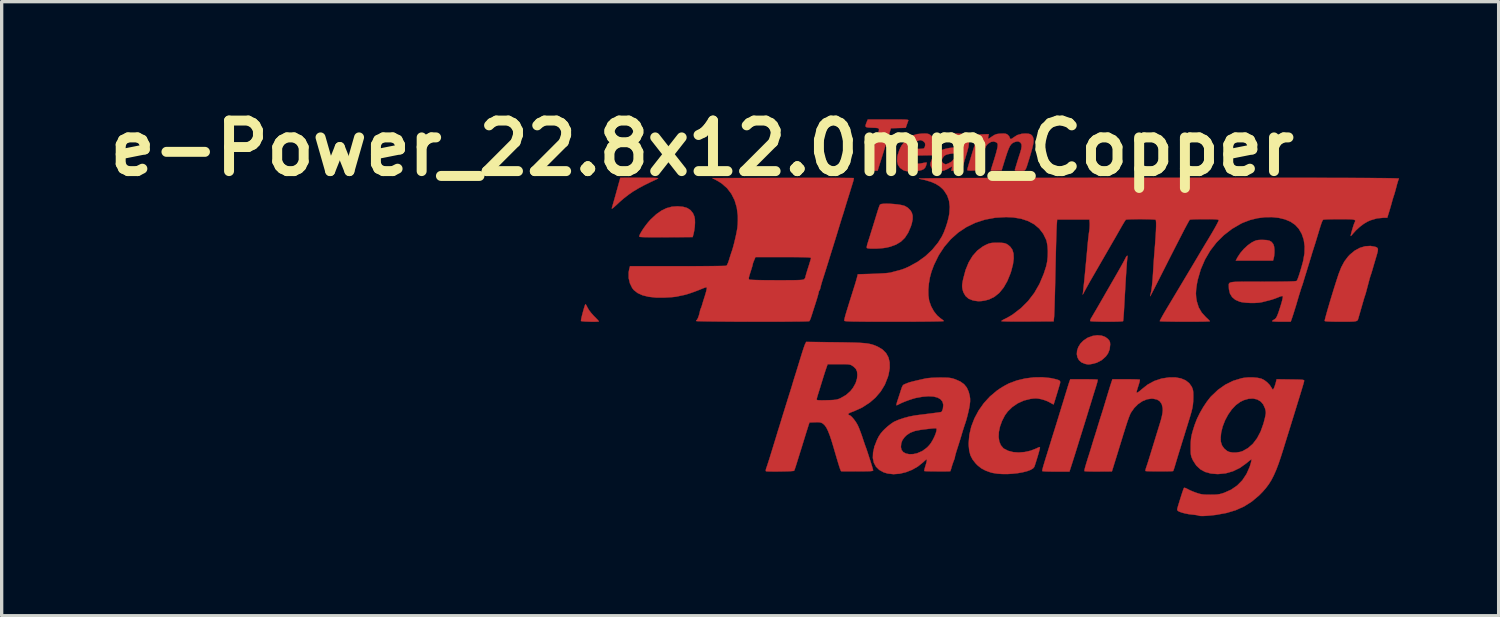
<source format=kicad_pcb>
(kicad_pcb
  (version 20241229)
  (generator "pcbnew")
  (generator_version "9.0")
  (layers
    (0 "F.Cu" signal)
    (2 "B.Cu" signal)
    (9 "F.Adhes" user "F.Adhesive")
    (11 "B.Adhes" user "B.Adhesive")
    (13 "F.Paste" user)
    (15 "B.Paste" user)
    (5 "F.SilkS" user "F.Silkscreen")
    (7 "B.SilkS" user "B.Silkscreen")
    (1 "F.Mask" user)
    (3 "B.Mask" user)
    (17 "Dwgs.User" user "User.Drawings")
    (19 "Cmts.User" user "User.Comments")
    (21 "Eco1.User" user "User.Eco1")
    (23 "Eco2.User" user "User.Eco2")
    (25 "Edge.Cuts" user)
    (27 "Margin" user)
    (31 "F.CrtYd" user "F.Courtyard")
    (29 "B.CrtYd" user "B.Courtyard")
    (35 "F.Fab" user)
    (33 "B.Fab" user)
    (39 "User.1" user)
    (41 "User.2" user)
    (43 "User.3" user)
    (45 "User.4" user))
  (footprint "e-Power_22.8x12.0mm_Copper"
    (layer "F.Cu")
    (at 26.75 6.498)
    (property "Reference" "e-Power_22.8x12.0mm_Copper" (at -8.636 -5.08 0) (layer "F.SilkS") (effects (font (size 1.524 1.524) (thickness 0.3))))
    (attr through_hole)
    (fp_poly (pts (xy 8.375 -2.312) (xy 8.463 -2.293) (xy 8.526 -2.256) (xy 8.572 -2.199) (xy 8.584 -2.178) (xy 8.603 -2.116) (xy 8.613 -2.026) (xy 8.613 -1.926) (xy 8.604 -1.829) (xy 8.593 -1.773) (xy 8.571 -1.693) (xy 7.448 -1.693) (xy 7.506 -1.801) (xy 7.587 -1.923) (xy 7.692 -2.045) (xy 7.808 -2.153) (xy 7.924 -2.236) (xy 7.941 -2.245) (xy 8.012 -2.282) (xy 8.07 -2.303) (xy 8.131 -2.314) (xy 8.211 -2.318) (xy 8.255 -2.318) (xy 8.375 -2.312)) (stroke (width 0.01) (type solid)) (fill yes) (layer "F.Cu"))
    (fp_poly (pts (xy -10.509 -4.19) (xy -10.336 -4.189) (xy -10.202 -4.188) (xy -10.101 -4.187) (xy -10.031 -4.185) (xy -9.988 -4.181) (xy -9.967 -4.176) (xy -9.964 -4.17) (xy -9.976 -4.162) (xy -9.991 -4.154) (xy -10.215 -4.049) (xy -10.407 -3.954) (xy -10.573 -3.863) (xy -10.721 -3.774) (xy -10.857 -3.679) (xy -10.989 -3.577) (xy -11.124 -3.46) (xy -11.258 -3.336) (xy -11.319 -3.282) (xy -11.353 -3.259) (xy -11.36 -3.269) (xy -11.36 -3.27) (xy -11.299 -3.482) (xy -11.243 -3.681) (xy -11.194 -3.858) (xy -11.159 -3.985) (xy -11.102 -4.191) (xy -10.509 -4.19)) (stroke (width 0.01) (type solid)) (fill yes) (layer "F.Cu"))
    (fp_poly (pts (xy -12.137 -0.362) (xy -12.111 -0.316) (xy -12.088 -0.27) (xy -12.045 -0.198) (xy -11.98 -0.113) (xy -11.903 -0.027) (xy -11.892 -0.016) (xy -11.83 0.047) (xy -11.781 0.098) (xy -11.753 0.131) (xy -11.748 0.138) (xy -11.767 0.144) (xy -11.819 0.148) (xy -11.894 0.149) (xy -11.983 0.149) (xy -12.075 0.146) (xy -12.161 0.143) (xy -12.231 0.137) (xy -12.276 0.131) (xy -12.288 0.127) (xy -12.287 0.1) (xy -12.277 0.044) (xy -12.259 -0.032) (xy -12.237 -0.118) (xy -12.213 -0.206) (xy -12.19 -0.284) (xy -12.17 -0.345) (xy -12.155 -0.377) (xy -12.152 -0.38) (xy -12.137 -0.362)) (stroke (width 0.01) (type solid)) (fill yes) (layer "F.Cu"))
    (fp_poly (pts (xy 3.404 0.568) (xy 3.518 0.611) (xy 3.592 0.667) (xy 3.637 0.719) (xy 3.657 0.771) (xy 3.662 0.837) (xy 3.646 0.981) (xy 3.597 1.104) (xy 3.531 1.196) (xy 3.405 1.308) (xy 3.256 1.385) (xy 3.138 1.417) (xy 3.064 1.43) (xy 3.015 1.436) (xy 2.974 1.433) (xy 2.925 1.423) (xy 2.905 1.419) (xy 2.799 1.376) (xy 2.723 1.309) (xy 2.676 1.224) (xy 2.657 1.127) (xy 2.665 1.022) (xy 2.701 0.915) (xy 2.764 0.812) (xy 2.853 0.72) (xy 2.967 0.642) (xy 2.991 0.629) (xy 3.133 0.577) (xy 3.273 0.557) (xy 3.404 0.568)) (stroke (width 0.01) (type solid)) (fill yes) (layer "F.Cu"))
    (fp_poly (pts (xy -9.377 -3.33) (xy -9.215 -3.316) (xy -9.086 -3.278) (xy -8.986 -3.213) (xy -8.912 -3.12) (xy -8.869 -3.018) (xy -8.855 -2.94) (xy -8.852 -2.835) (xy -8.859 -2.715) (xy -8.876 -2.593) (xy -8.894 -2.508) (xy -8.922 -2.402) (xy -9.719 -2.397) (xy -9.955 -2.396) (xy -10.151 -2.396) (xy -10.307 -2.398) (xy -10.422 -2.401) (xy -10.497 -2.406) (xy -10.529 -2.412) (xy -10.53 -2.413) (xy -10.528 -2.445) (xy -10.503 -2.502) (xy -10.459 -2.578) (xy -10.403 -2.665) (xy -10.337 -2.756) (xy -10.267 -2.845) (xy -10.197 -2.924) (xy -10.18 -2.941) (xy -10.019 -3.09) (xy -9.863 -3.2) (xy -9.708 -3.275) (xy -9.548 -3.318) (xy -9.377 -3.33) (xy -9.377 -3.33)) (stroke (width 0.01) (type solid)) (fill yes) (layer "F.Cu"))
    (fp_poly (pts (xy 0.379 -2.23) (xy 0.463 -2.221) (xy 0.527 -2.201) (xy 0.583 -2.168) (xy 0.642 -2.118) (xy 0.65 -2.111) (xy 0.714 -2.022) (xy 0.749 -1.903) (xy 0.755 -1.756) (xy 0.732 -1.582) (xy 0.681 -1.383) (xy 0.658 -1.311) (xy 0.562 -1.076) (xy 0.449 -0.879) (xy 0.32 -0.721) (xy 0.173 -0.602) (xy 0.01 -0.522) (xy -0.115 -0.489) (xy -0.228 -0.472) (xy -0.321 -0.47) (xy -0.416 -0.482) (xy -0.486 -0.497) (xy -0.606 -0.546) (xy -0.698 -0.627) (xy -0.762 -0.738) (xy -0.784 -0.812) (xy -0.796 -0.872) (xy -0.8 -0.926) (xy -0.796 -0.987) (xy -0.783 -1.066) (xy -0.765 -1.152) (xy -0.695 -1.414) (xy -0.601 -1.642) (xy -0.483 -1.836) (xy -0.343 -1.994) (xy -0.179 -2.117) (xy -0.089 -2.165) (xy -0.019 -2.197) (xy 0.04 -2.216) (xy 0.1 -2.227) (xy 0.178 -2.231) (xy 0.265 -2.232) (xy 0.379 -2.23)) (stroke (width 0.01) (type solid)) (fill yes) (layer "F.Cu"))
    (fp_poly (pts (xy -2.974 -3.406) (xy -2.859 -3.398) (xy -2.745 -3.386) (xy -2.641 -3.37) (xy -2.556 -3.349) (xy -2.529 -3.34) (xy -2.437 -3.286) (xy -2.358 -3.206) (xy -2.316 -3.135) (xy -2.291 -3.043) (xy -2.292 -2.937) (xy -2.318 -2.81) (xy -2.348 -2.716) (xy -2.428 -2.531) (xy -2.525 -2.382) (xy -2.645 -2.265) (xy -2.792 -2.176) (xy -2.97 -2.111) (xy -3.074 -2.087) (xy -3.159 -2.073) (xy -3.26 -2.063) (xy -3.366 -2.056) (xy -3.469 -2.054) (xy -3.56 -2.055) (xy -3.629 -2.061) (xy -3.668 -2.071) (xy -3.673 -2.075) (xy -3.675 -2.106) (xy -3.664 -2.162) (xy -3.654 -2.197) (xy -3.625 -2.29) (xy -3.586 -2.413) (xy -3.542 -2.555) (xy -3.495 -2.705) (xy -3.449 -2.854) (xy -3.407 -2.991) (xy -3.372 -3.105) (xy -3.354 -3.164) (xy -3.326 -3.251) (xy -3.301 -3.323) (xy -3.282 -3.37) (xy -3.275 -3.381) (xy -3.241 -3.397) (xy -3.173 -3.406) (xy -3.081 -3.409) (xy -2.974 -3.406)) (stroke (width 0.01) (type solid)) (fill yes) (layer "F.Cu"))
    (fp_poly (pts (xy -2.848 -5.948) (xy -2.708 -5.947) (xy -2.602 -5.946) (xy -2.525 -5.944) (xy -2.473 -5.94) (xy -2.441 -5.935) (xy -2.425 -5.928) (xy -2.421 -5.919) (xy -2.424 -5.911) (xy -2.44 -5.868) (xy -2.462 -5.806) (xy -2.47 -5.784) (xy -2.501 -5.695) (xy -2.723 -5.689) (xy -2.946 -5.683) (xy -3.019 -5.45) (xy -3.057 -5.331) (xy -3.097 -5.202) (xy -3.135 -5.083) (xy -3.152 -5.027) (xy -3.186 -4.918) (xy -3.226 -4.791) (xy -3.265 -4.666) (xy -3.28 -4.62) (xy -3.348 -4.403) (xy -3.505 -4.403) (xy -3.58 -4.405) (xy -3.636 -4.412) (xy -3.661 -4.421) (xy -3.662 -4.423) (xy -3.656 -4.458) (xy -3.638 -4.528) (xy -3.61 -4.628) (xy -3.574 -4.753) (xy -3.531 -4.897) (xy -3.482 -5.057) (xy -3.429 -5.225) (xy -3.375 -5.398) (xy -3.344 -5.494) (xy -3.316 -5.581) (xy -3.304 -5.638) (xy -3.314 -5.672) (xy -3.35 -5.689) (xy -3.418 -5.695) (xy -3.508 -5.698) (xy -3.61 -5.703) (xy -3.675 -5.711) (xy -3.707 -5.73) (xy -3.712 -5.765) (xy -3.695 -5.82) (xy -3.674 -5.874) (xy -3.643 -5.948) (xy -3.026 -5.948) (xy -2.848 -5.948)) (stroke (width 0.01) (type solid)) (fill yes) (layer "F.Cu"))
    (fp_poly (pts (xy 4.187 -1.832) (xy 4.182 -1.794) (xy 4.177 -1.756) (xy 4.169 -1.678) (xy 4.16 -1.558) (xy 4.149 -1.399) (xy 4.136 -1.2) (xy 4.122 -0.964) (xy 4.106 -0.69) (xy 4.089 -0.379) (xy 4.084 -0.298) (xy 4.077 -0.169) (xy 4.069 -0.056) (xy 4.062 0.037) (xy 4.056 0.101) (xy 4.051 0.13) (xy 4.051 0.131) (xy 4.027 0.137) (xy 3.968 0.141) (xy 3.881 0.145) (xy 3.774 0.147) (xy 3.654 0.148) (xy 3.529 0.148) (xy 3.404 0.147) (xy 3.289 0.144) (xy 3.189 0.141) (xy 3.113 0.137) (xy 3.068 0.131) (xy 3.059 0.128) (xy 3.062 0.099) (xy 3.083 0.05) (xy 3.097 0.027) (xy 3.122 -0.014) (xy 3.164 -0.086) (xy 3.22 -0.181) (xy 3.286 -0.294) (xy 3.358 -0.419) (xy 3.397 -0.487) (xy 3.47 -0.613) (xy 3.537 -0.731) (xy 3.596 -0.833) (xy 3.643 -0.914) (xy 3.674 -0.968) (xy 3.683 -0.984) (xy 3.794 -1.176) (xy 3.892 -1.347) (xy 3.975 -1.493) (xy 4.042 -1.613) (xy 4.09 -1.702) (xy 4.12 -1.76) (xy 4.126 -1.773) (xy 4.151 -1.819) (xy 4.174 -1.84) (xy 4.187 -1.832)) (stroke (width 0.01) (type solid)) (fill yes) (layer "F.Cu"))
    (fp_poly (pts (xy 11.652 -2.109) (xy 11.695 -2.092) (xy 11.721 -2.07) (xy 11.732 -2.036) (xy 11.728 -1.982) (xy 11.708 -1.901) (xy 11.676 -1.791) (xy 11.644 -1.683) (xy 11.609 -1.565) (xy 11.579 -1.462) (xy 11.579 -1.46) (xy 11.555 -1.379) (xy 11.533 -1.308) (xy 11.518 -1.263) (xy 11.516 -1.259) (xy 11.502 -1.217) (xy 11.482 -1.149) (xy 11.465 -1.085) (xy 11.439 -0.986) (xy 11.41 -0.877) (xy 11.395 -0.82) (xy 11.375 -0.744) (xy 11.356 -0.679) (xy 11.345 -0.646) (xy 11.331 -0.605) (xy 11.31 -0.538) (xy 11.287 -0.457) (xy 11.283 -0.445) (xy 11.253 -0.34) (xy 11.22 -0.226) (xy 11.195 -0.138) (xy 11.172 -0.058) (xy 11.152 0.01) (xy 11.14 0.052) (xy 11.14 0.053) (xy 11.131 0.083) (xy 11.118 0.106) (xy 11.096 0.123) (xy 11.06 0.134) (xy 11.004 0.142) (xy 10.924 0.146) (xy 10.813 0.148) (xy 10.667 0.148) (xy 10.614 0.148) (xy 10.444 0.147) (xy 10.308 0.144) (xy 10.209 0.14) (xy 10.148 0.133) (xy 10.128 0.126) (xy 10.131 0.102) (xy 10.145 0.042) (xy 10.169 -0.048) (xy 10.201 -0.163) (xy 10.24 -0.297) (xy 10.284 -0.447) (xy 10.332 -0.606) (xy 10.382 -0.77) (xy 10.433 -0.933) (xy 10.483 -1.09) (xy 10.531 -1.237) (xy 10.545 -1.281) (xy 10.627 -1.491) (xy 10.722 -1.668) (xy 10.836 -1.819) (xy 10.889 -1.874) (xy 11.032 -1.993) (xy 11.187 -2.077) (xy 11.347 -2.125) (xy 11.508 -2.135) (xy 11.652 -2.109)) (stroke (width 0.01) (type solid)) (fill yes) (layer "F.Cu"))
    (fp_poly (pts (xy 2.994 1.884) (xy 3.106 1.886) (xy 3.196 1.888) (xy 3.258 1.892) (xy 3.285 1.895) (xy 3.285 1.895) (xy 3.284 1.919) (xy 3.272 1.974) (xy 3.251 2.049) (xy 3.238 2.091) (xy 3.205 2.196) (xy 3.166 2.32) (xy 3.128 2.444) (xy 3.112 2.498) (xy 3.073 2.624) (xy 3.022 2.787) (xy 2.961 2.987) (xy 2.889 3.22) (xy 2.807 3.483) (xy 2.774 3.588) (xy 2.752 3.66) (xy 2.721 3.758) (xy 2.687 3.87) (xy 2.656 3.969) (xy 2.617 4.095) (xy 2.573 4.235) (xy 2.531 4.367) (xy 2.506 4.445) (xy 2.434 4.667) (xy 2.03 4.667) (xy 1.904 4.666) (xy 1.792 4.664) (xy 1.703 4.661) (xy 1.642 4.656) (xy 1.616 4.651) (xy 1.616 4.651) (xy 1.615 4.63) (xy 1.625 4.582) (xy 1.646 4.504) (xy 1.679 4.393) (xy 1.724 4.246) (xy 1.738 4.202) (xy 1.76 4.132) (xy 1.79 4.034) (xy 1.825 3.921) (xy 1.861 3.806) (xy 1.863 3.799) (xy 1.898 3.684) (xy 1.933 3.571) (xy 1.964 3.472) (xy 1.987 3.4) (xy 1.988 3.397) (xy 2.011 3.321) (xy 2.043 3.221) (xy 2.076 3.111) (xy 2.096 3.048) (xy 2.132 2.93) (xy 2.172 2.801) (xy 2.208 2.681) (xy 2.223 2.635) (xy 2.256 2.528) (xy 2.294 2.401) (xy 2.333 2.275) (xy 2.349 2.223) (xy 2.379 2.125) (xy 2.406 2.038) (xy 2.428 1.971) (xy 2.438 1.942) (xy 2.46 1.884) (xy 2.867 1.884) (xy 2.994 1.884)) (stroke (width 0.01) (type solid)) (fill yes) (layer "F.Cu"))
    (fp_poly (pts (xy -1.857 -5.52) (xy -1.812 -5.509) (xy -1.772 -5.488) (xy -1.757 -5.478) (xy -1.681 -5.406) (xy -1.628 -5.313) (xy -1.609 -5.216) (xy -1.609 -5.215) (xy -1.615 -5.16) (xy -1.631 -5.082) (xy -1.652 -5.009) (xy -1.695 -4.869) (xy -2.059 -4.864) (xy -2.424 -4.858) (xy -2.43 -4.798) (xy -2.422 -4.72) (xy -2.379 -4.661) (xy -2.304 -4.623) (xy -2.202 -4.608) (xy -2.076 -4.617) (xy -2.03 -4.625) (xy -1.955 -4.64) (xy -1.898 -4.648) (xy -1.87 -4.649) (xy -1.869 -4.648) (xy -1.869 -4.625) (xy -1.882 -4.576) (xy -1.89 -4.549) (xy -1.917 -4.492) (xy -1.959 -4.451) (xy -2.021 -4.422) (xy -2.11 -4.403) (xy -2.232 -4.392) (xy -2.286 -4.389) (xy -2.388 -4.386) (xy -2.461 -4.388) (xy -2.516 -4.398) (xy -2.566 -4.417) (xy -2.577 -4.422) (xy -2.671 -4.487) (xy -2.733 -4.577) (xy -2.76 -4.69) (xy -2.753 -4.823) (xy -2.741 -4.879) (xy -2.69 -5.034) (xy -2.658 -5.097) (xy -2.349 -5.097) (xy -2.333 -5.075) (xy -2.284 -5.063) (xy -2.198 -5.059) (xy -2.15 -5.059) (xy -2.067 -5.061) (xy -1.999 -5.066) (xy -1.959 -5.073) (xy -1.954 -5.075) (xy -1.926 -5.114) (xy -1.913 -5.173) (xy -1.918 -5.23) (xy -1.924 -5.244) (xy -1.959 -5.282) (xy -2.008 -5.312) (xy -2.054 -5.325) (xy -2.097 -5.319) (xy -2.154 -5.294) (xy -2.222 -5.25) (xy -2.284 -5.196) (xy -2.294 -5.185) (xy -2.334 -5.132) (xy -2.349 -5.097) (xy -2.658 -5.097) (xy -2.626 -5.16) (xy -2.539 -5.271) (xy -2.509 -5.302) (xy -2.394 -5.403) (xy -2.279 -5.469) (xy -2.151 -5.506) (xy -2.011 -5.521) (xy -1.919 -5.523) (xy -1.857 -5.52)) (stroke (width 0.01) (type solid)) (fill yes) (layer "F.Cu"))
    (fp_poly (pts (xy -0.813 -5.515) (xy -0.712 -5.486) (xy -0.642 -5.434) (xy -0.603 -5.357) (xy -0.593 -5.253) (xy -0.61 -5.12) (xy -0.648 -4.974) (xy -0.681 -4.864) (xy -0.719 -4.738) (xy -0.754 -4.62) (xy -0.759 -4.604) (xy -0.815 -4.413) (xy -0.97 -4.407) (xy -1.126 -4.401) (xy -1.111 -4.465) (xy -1.105 -4.51) (xy -1.108 -4.53) (xy -1.108 -4.53) (xy -1.13 -4.519) (xy -1.178 -4.493) (xy -1.228 -4.462) (xy -1.33 -4.414) (xy -1.439 -4.387) (xy -1.544 -4.384) (xy -1.631 -4.404) (xy -1.655 -4.417) (xy -1.719 -4.479) (xy -1.753 -4.56) (xy -1.757 -4.596) (xy -1.747 -4.65) (xy -1.732 -4.692) (xy -1.413 -4.692) (xy -1.384 -4.64) (xy -1.355 -4.62) (xy -1.316 -4.601) (xy -1.3 -4.593) (xy -1.28 -4.599) (xy -1.236 -4.614) (xy -1.226 -4.617) (xy -1.124 -4.671) (xy -1.043 -4.759) (xy -1.012 -4.813) (xy -0.987 -4.871) (xy -0.988 -4.907) (xy -1.017 -4.923) (xy -1.08 -4.923) (xy -1.157 -4.913) (xy -1.241 -4.897) (xy -1.298 -4.877) (xy -1.341 -4.846) (xy -1.361 -4.825) (xy -1.405 -4.756) (xy -1.413 -4.692) (xy -1.732 -4.692) (xy -1.72 -4.724) (xy -1.685 -4.804) (xy -1.646 -4.873) (xy -1.621 -4.908) (xy -1.551 -4.964) (xy -1.449 -5.014) (xy -1.327 -5.056) (xy -1.193 -5.086) (xy -1.06 -5.1) (xy -1.024 -5.101) (xy -0.948 -5.114) (xy -0.904 -5.15) (xy -0.895 -5.207) (xy -0.9 -5.229) (xy -0.937 -5.28) (xy -1.005 -5.309) (xy -1.099 -5.315) (xy -1.214 -5.299) (xy -1.305 -5.273) (xy -1.371 -5.252) (xy -1.418 -5.24) (xy -1.435 -5.238) (xy -1.437 -5.264) (xy -1.429 -5.313) (xy -1.414 -5.369) (xy -1.397 -5.416) (xy -1.389 -5.429) (xy -1.349 -5.457) (xy -1.276 -5.482) (xy -1.179 -5.503) (xy -1.068 -5.518) (xy -0.952 -5.524) (xy -0.946 -5.524) (xy -0.813 -5.515)) (stroke (width 0.01) (type solid)) (fill yes) (layer "F.Cu"))
    (fp_poly (pts (xy 1.864 1.847) (xy 2.024 1.882) (xy 2.101 1.906) (xy 2.143 1.93) (xy 2.157 1.962) (xy 2.15 2.01) (xy 2.145 2.026) (xy 2.126 2.091) (xy 2.101 2.176) (xy 2.072 2.273) (xy 2.041 2.374) (xy 2.012 2.469) (xy 1.987 2.551) (xy 1.968 2.61) (xy 1.958 2.64) (xy 1.957 2.642) (xy 1.938 2.635) (xy 1.894 2.611) (xy 1.847 2.584) (xy 1.77 2.545) (xy 1.674 2.509) (xy 1.587 2.484) (xy 1.498 2.466) (xy 1.424 2.46) (xy 1.347 2.464) (xy 1.261 2.475) (xy 1.063 2.524) (xy 0.878 2.607) (xy 0.712 2.72) (xy 0.572 2.857) (xy 0.488 2.973) (xy 0.402 3.141) (xy 0.341 3.309) (xy 0.307 3.471) (xy 0.3 3.622) (xy 0.319 3.757) (xy 0.366 3.871) (xy 0.44 3.959) (xy 0.46 3.975) (xy 0.586 4.04) (xy 0.736 4.079) (xy 0.905 4.091) (xy 1.082 4.077) (xy 1.262 4.037) (xy 1.435 3.97) (xy 1.466 3.955) (xy 1.516 3.932) (xy 1.539 3.928) (xy 1.545 3.944) (xy 1.545 3.95) (xy 1.539 3.981) (xy 1.523 4.043) (xy 1.5 4.126) (xy 1.472 4.222) (xy 1.442 4.319) (xy 1.414 4.41) (xy 1.389 4.484) (xy 1.375 4.524) (xy 1.335 4.572) (xy 1.259 4.616) (xy 1.154 4.655) (xy 1.026 4.687) (xy 0.881 4.713) (xy 0.725 4.73) (xy 0.565 4.74) (xy 0.408 4.739) (xy 0.258 4.729) (xy 0.124 4.707) (xy 0.062 4.692) (xy -0.096 4.635) (xy -0.225 4.566) (xy -0.337 4.476) (xy -0.394 4.417) (xy -0.486 4.3) (xy -0.549 4.177) (xy -0.586 4.038) (xy -0.602 3.874) (xy -0.603 3.81) (xy -0.583 3.56) (xy -0.524 3.309) (xy -0.429 3.062) (xy -0.302 2.825) (xy -0.146 2.604) (xy 0.037 2.404) (xy 0.243 2.23) (xy 0.325 2.173) (xy 0.417 2.115) (xy 0.512 2.06) (xy 0.594 2.017) (xy 0.617 2.006) (xy 0.849 1.92) (xy 1.1 1.86) (xy 1.359 1.827) (xy 1.617 1.823) (xy 1.864 1.847)) (stroke (width 0.01) (type solid)) (fill yes) (layer "F.Cu"))
    (fp_poly (pts (xy 1.196 -5.518) (xy 1.26 -5.501) (xy 1.304 -5.466) (xy 1.33 -5.425) (xy 1.347 -5.381) (xy 1.354 -5.327) (xy 1.35 -5.257) (xy 1.334 -5.167) (xy 1.306 -5.052) (xy 1.265 -4.906) (xy 1.218 -4.752) (xy 1.179 -4.626) (xy 1.15 -4.534) (xy 1.126 -4.471) (xy 1.104 -4.432) (xy 1.078 -4.411) (xy 1.045 -4.403) (xy 1 -4.402) (xy 0.941 -4.403) (xy 0.86 -4.403) (xy 0.813 -4.407) (xy 0.792 -4.416) (xy 0.79 -4.433) (xy 0.795 -4.45) (xy 0.848 -4.626) (xy 0.893 -4.772) (xy 0.935 -4.902) (xy 0.944 -4.927) (xy 0.979 -5.048) (xy 0.994 -5.139) (xy 0.987 -5.204) (xy 0.958 -5.249) (xy 0.941 -5.262) (xy 0.897 -5.284) (xy 0.852 -5.285) (xy 0.805 -5.273) (xy 0.754 -5.255) (xy 0.711 -5.229) (xy 0.673 -5.192) (xy 0.637 -5.139) (xy 0.602 -5.064) (xy 0.563 -4.962) (xy 0.519 -4.829) (xy 0.471 -4.678) (xy 0.39 -4.413) (xy 0.227 -4.407) (xy 0.15 -4.405) (xy 0.092 -4.406) (xy 0.065 -4.41) (xy 0.064 -4.411) (xy 0.07 -4.433) (xy 0.086 -4.489) (xy 0.112 -4.571) (xy 0.143 -4.67) (xy 0.16 -4.724) (xy 0.195 -4.839) (xy 0.227 -4.949) (xy 0.251 -5.043) (xy 0.266 -5.11) (xy 0.268 -5.125) (xy 0.273 -5.188) (xy 0.265 -5.224) (xy 0.239 -5.251) (xy 0.226 -5.26) (xy 0.152 -5.284) (xy 0.07 -5.27) (xy -0.015 -5.219) (xy -0.019 -5.216) (xy -0.05 -5.184) (xy -0.08 -5.141) (xy -0.11 -5.079) (xy -0.144 -4.995) (xy -0.184 -4.883) (xy -0.231 -4.736) (xy -0.249 -4.678) (xy -0.332 -4.413) (xy -0.482 -4.407) (xy -0.557 -4.406) (xy -0.614 -4.41) (xy -0.641 -4.417) (xy -0.642 -4.418) (xy -0.643 -4.427) (xy -0.641 -4.445) (xy -0.634 -4.478) (xy -0.62 -4.528) (xy -0.599 -4.6) (xy -0.569 -4.698) (xy -0.53 -4.826) (xy -0.48 -4.988) (xy -0.441 -5.112) (xy -0.41 -5.211) (xy -0.382 -5.304) (xy -0.359 -5.379) (xy -0.35 -5.408) (xy -0.325 -5.493) (xy -0.161 -5.499) (xy 0.002 -5.505) (xy -0.012 -5.428) (xy -0.019 -5.388) (xy -0.019 -5.368) (xy -0.004 -5.367) (xy 0.032 -5.387) (xy 0.094 -5.429) (xy 0.125 -5.45) (xy 0.187 -5.487) (xy 0.247 -5.508) (xy 0.325 -5.518) (xy 0.369 -5.521) (xy 0.452 -5.523) (xy 0.508 -5.518) (xy 0.548 -5.503) (xy 0.577 -5.483) (xy 0.616 -5.44) (xy 0.635 -5.399) (xy 0.635 -5.396) (xy 0.647 -5.362) (xy 0.682 -5.36) (xy 0.733 -5.392) (xy 0.743 -5.4) (xy 0.86 -5.476) (xy 1 -5.516) (xy 1.101 -5.523) (xy 1.196 -5.518)) (stroke (width 0.01) (type solid)) (fill yes) (layer "F.Cu"))
    (fp_poly (pts (xy 5.633 1.828) (xy 5.797 1.858) (xy 5.935 1.916) (xy 6.044 2.001) (xy 6.12 2.109) (xy 6.143 2.163) (xy 6.158 2.214) (xy 6.166 2.277) (xy 6.168 2.362) (xy 6.168 2.434) (xy 6.165 2.546) (xy 6.156 2.647) (xy 6.14 2.747) (xy 6.113 2.859) (xy 6.074 2.994) (xy 6.058 3.048) (xy 6.022 3.164) (xy 5.981 3.298) (xy 5.936 3.441) (xy 5.893 3.583) (xy 5.852 3.713) (xy 5.818 3.822) (xy 5.796 3.895) (xy 5.737 4.085) (xy 5.675 4.288) (xy 5.623 4.462) (xy 5.599 4.543) (xy 5.577 4.607) (xy 5.563 4.644) (xy 5.56 4.649) (xy 5.536 4.653) (xy 5.478 4.656) (xy 5.394 4.658) (xy 5.291 4.659) (xy 5.177 4.659) (xy 5.062 4.659) (xy 4.952 4.658) (xy 4.855 4.656) (xy 4.78 4.654) (xy 4.735 4.65) (xy 4.726 4.648) (xy 4.725 4.623) (xy 4.738 4.573) (xy 4.747 4.546) (xy 4.765 4.492) (xy 4.793 4.408) (xy 4.825 4.305) (xy 4.86 4.193) (xy 4.867 4.17) (xy 4.983 3.793) (xy 5.1 3.411) (xy 5.144 3.27) (xy 5.19 3.118) (xy 5.221 2.997) (xy 5.239 2.9) (xy 5.247 2.82) (xy 5.244 2.748) (xy 5.217 2.634) (xy 5.16 2.549) (xy 5.073 2.494) (xy 4.956 2.469) (xy 4.909 2.467) (xy 4.772 2.487) (xy 4.635 2.543) (xy 4.504 2.632) (xy 4.386 2.75) (xy 4.29 2.886) (xy 4.262 2.943) (xy 4.228 3.028) (xy 4.186 3.145) (xy 4.137 3.296) (xy 4.078 3.484) (xy 4.055 3.556) (xy 4.037 3.617) (xy 4.008 3.71) (xy 3.972 3.827) (xy 3.931 3.959) (xy 3.889 4.097) (xy 3.847 4.233) (xy 3.808 4.358) (xy 3.775 4.464) (xy 3.751 4.543) (xy 3.749 4.548) (xy 3.714 4.661) (xy 3.305 4.664) (xy 3.178 4.664) (xy 3.066 4.663) (xy 2.975 4.66) (xy 2.913 4.656) (xy 2.886 4.652) (xy 2.886 4.651) (xy 2.887 4.622) (xy 2.902 4.555) (xy 2.931 4.454) (xy 2.972 4.32) (xy 3.006 4.212) (xy 3.029 4.141) (xy 3.059 4.045) (xy 3.092 3.938) (xy 3.111 3.873) (xy 3.14 3.777) (xy 3.167 3.691) (xy 3.187 3.626) (xy 3.196 3.598) (xy 3.21 3.557) (xy 3.232 3.485) (xy 3.26 3.395) (xy 3.281 3.323) (xy 3.314 3.217) (xy 3.346 3.113) (xy 3.374 3.024) (xy 3.387 2.985) (xy 3.409 2.914) (xy 3.44 2.817) (xy 3.473 2.71) (xy 3.492 2.646) (xy 3.559 2.425) (xy 3.614 2.244) (xy 3.657 2.104) (xy 3.689 2.005) (xy 3.708 1.946) (xy 3.71 1.942) (xy 3.73 1.884) (xy 4.137 1.884) (xy 4.264 1.884) (xy 4.376 1.886) (xy 4.466 1.888) (xy 4.528 1.892) (xy 4.555 1.895) (xy 4.555 1.895) (xy 4.555 1.92) (xy 4.544 1.973) (xy 4.525 2.038) (xy 4.492 2.142) (xy 4.471 2.211) (xy 4.46 2.254) (xy 4.458 2.276) (xy 4.463 2.285) (xy 4.475 2.286) (xy 4.476 2.286) (xy 4.506 2.272) (xy 4.554 2.237) (xy 4.597 2.199) (xy 4.786 2.048) (xy 4.991 1.936) (xy 5.212 1.862) (xy 5.445 1.827) (xy 5.633 1.828)) (stroke (width 0.01) (type solid)) (fill yes) (layer "F.Cu"))
    (fp_poly (pts (xy -1.335 1.833) (xy -1.241 1.836) (xy -1.169 1.843) (xy -1.108 1.854) (xy -1.048 1.871) (xy -1.003 1.887) (xy -0.855 1.952) (xy -0.743 2.032) (xy -0.661 2.132) (xy -0.603 2.26) (xy -0.573 2.376) (xy -0.56 2.465) (xy -0.56 2.557) (xy -0.572 2.662) (xy -0.589 2.76) (xy -0.615 2.877) (xy -0.645 3) (xy -0.676 3.115) (xy -0.706 3.209) (xy -0.718 3.243) (xy -0.731 3.281) (xy -0.753 3.35) (xy -0.782 3.441) (xy -0.813 3.544) (xy -0.816 3.556) (xy -0.853 3.678) (xy -0.893 3.806) (xy -0.93 3.924) (xy -0.956 4.005) (xy -0.983 4.09) (xy -1.003 4.162) (xy -1.015 4.21) (xy -1.016 4.221) (xy -1.024 4.261) (xy -1.044 4.317) (xy -1.046 4.323) (xy -1.069 4.382) (xy -1.096 4.461) (xy -1.114 4.519) (xy -1.133 4.586) (xy -1.149 4.635) (xy -1.156 4.654) (xy -1.178 4.657) (xy -1.235 4.659) (xy -1.317 4.66) (xy -1.418 4.66) (xy -1.528 4.66) (xy -1.639 4.659) (xy -1.744 4.658) (xy -1.834 4.656) (xy -1.901 4.653) (xy -1.937 4.65) (xy -1.941 4.649) (xy -1.94 4.625) (xy -1.929 4.572) (xy -1.908 4.502) (xy -1.907 4.5) (xy -1.876 4.395) (xy -1.863 4.327) (xy -1.869 4.298) (xy -1.873 4.297) (xy -1.893 4.31) (xy -1.934 4.345) (xy -1.982 4.39) (xy -2.137 4.514) (xy -2.311 4.613) (xy -2.495 4.685) (xy -2.684 4.73) (xy -2.868 4.744) (xy -3.043 4.725) (xy -3.164 4.689) (xy -3.298 4.615) (xy -3.397 4.518) (xy -3.461 4.398) (xy -3.491 4.257) (xy -3.485 4.095) (xy -3.447 3.926) (xy -2.646 3.926) (xy -2.627 4.012) (xy -2.576 4.078) (xy -2.495 4.122) (xy -2.392 4.143) (xy -2.27 4.139) (xy -2.158 4.115) (xy -1.999 4.046) (xy -1.855 3.938) (xy -1.788 3.868) (xy -1.735 3.797) (xy -1.684 3.711) (xy -1.637 3.617) (xy -1.6 3.527) (xy -1.576 3.448) (xy -1.569 3.39) (xy -1.574 3.37) (xy -1.584 3.363) (xy -1.606 3.361) (xy -1.646 3.362) (xy -1.709 3.367) (xy -1.8 3.377) (xy -1.924 3.392) (xy -2.05 3.408) (xy -2.221 3.441) (xy -2.36 3.493) (xy -2.472 3.567) (xy -2.533 3.627) (xy -2.6 3.718) (xy -2.635 3.81) (xy -2.646 3.921) (xy -2.646 3.926) (xy -3.447 3.926) (xy -3.445 3.915) (xy -3.368 3.717) (xy -3.363 3.706) (xy -3.312 3.605) (xy -3.257 3.522) (xy -3.189 3.441) (xy -3.126 3.378) (xy -3.044 3.304) (xy -2.955 3.234) (xy -2.875 3.179) (xy -2.846 3.162) (xy -2.715 3.105) (xy -2.558 3.051) (xy -2.387 3.006) (xy -2.217 2.974) (xy -2.159 2.966) (xy -2.013 2.948) (xy -1.869 2.93) (xy -1.736 2.913) (xy -1.618 2.898) (xy -1.523 2.885) (xy -1.457 2.875) (xy -1.427 2.869) (xy -1.426 2.869) (xy -1.408 2.845) (xy -1.387 2.795) (xy -1.379 2.766) (xy -1.367 2.654) (xy -1.391 2.56) (xy -1.45 2.487) (xy -1.541 2.435) (xy -1.663 2.404) (xy -1.815 2.396) (xy -1.993 2.41) (xy -2.198 2.447) (xy -2.293 2.474) (xy -2.405 2.511) (xy -2.521 2.554) (xy -2.625 2.597) (xy -2.704 2.636) (xy -2.714 2.641) (xy -2.756 2.662) (xy -2.781 2.666) (xy -2.782 2.665) (xy -2.78 2.642) (xy -2.767 2.589) (xy -2.745 2.518) (xy -2.741 2.508) (xy -2.708 2.406) (xy -2.67 2.291) (xy -2.644 2.208) (xy -2.617 2.127) (xy -2.593 2.077) (xy -2.567 2.049) (xy -2.531 2.031) (xy -2.471 2.008) (xy -2.424 1.988) (xy -2.38 1.974) (xy -2.302 1.953) (xy -2.195 1.927) (xy -2.066 1.897) (xy -1.922 1.865) (xy -1.894 1.859) (xy -1.824 1.849) (xy -1.722 1.84) (xy -1.602 1.835) (xy -1.476 1.832) (xy -1.46 1.832) (xy -1.335 1.833)) (stroke (width 0.01) (type solid)) (fill yes) (layer "F.Cu"))
    (fp_poly (pts (xy 7.966 1.827) (xy 8.103 1.84) (xy 8.217 1.865) (xy 8.22 1.866) (xy 8.305 1.908) (xy 8.393 1.975) (xy 8.47 2.055) (xy 8.518 2.127) (xy 8.544 2.172) (xy 8.566 2.192) (xy 8.571 2.192) (xy 8.594 2.16) (xy 8.621 2.094) (xy 8.65 2.002) (xy 8.657 1.973) (xy 8.68 1.883) (xy 9.097 1.889) (xy 9.24 1.891) (xy 9.345 1.893) (xy 9.42 1.896) (xy 9.468 1.901) (xy 9.495 1.908) (xy 9.507 1.917) (xy 9.509 1.93) (xy 9.508 1.937) (xy 9.5 1.972) (xy 9.481 2.039) (xy 9.455 2.128) (xy 9.424 2.231) (xy 9.417 2.254) (xy 9.378 2.381) (xy 9.336 2.517) (xy 9.296 2.646) (xy 9.267 2.741) (xy 9.231 2.858) (xy 9.191 2.988) (xy 9.154 3.107) (xy 9.143 3.143) (xy 9.069 3.382) (xy 9.005 3.588) (xy 8.948 3.771) (xy 8.896 3.939) (xy 8.891 3.958) (xy 8.81 4.213) (xy 8.736 4.432) (xy 8.664 4.62) (xy 8.593 4.781) (xy 8.52 4.923) (xy 8.441 5.049) (xy 8.354 5.165) (xy 8.257 5.276) (xy 8.147 5.388) (xy 8.144 5.39) (xy 7.931 5.569) (xy 7.701 5.715) (xy 7.448 5.829) (xy 7.169 5.913) (xy 6.861 5.969) (xy 6.843 5.972) (xy 6.688 5.989) (xy 6.553 6) (xy 6.444 6.005) (xy 6.368 6.002) (xy 6.329 5.993) (xy 6.293 5.982) (xy 6.228 5.972) (xy 6.149 5.963) (xy 6.144 5.963) (xy 6.031 5.949) (xy 5.918 5.927) (xy 5.817 5.9) (xy 5.739 5.871) (xy 5.709 5.853) (xy 5.69 5.836) (xy 5.682 5.815) (xy 5.687 5.779) (xy 5.704 5.717) (xy 5.715 5.68) (xy 5.769 5.505) (xy 5.812 5.368) (xy 5.845 5.267) (xy 5.869 5.2) (xy 5.884 5.163) (xy 5.888 5.157) (xy 5.913 5.156) (xy 5.961 5.174) (xy 5.996 5.193) (xy 6.063 5.227) (xy 6.152 5.266) (xy 6.246 5.301) (xy 6.257 5.305) (xy 6.337 5.331) (xy 6.408 5.348) (xy 6.482 5.358) (xy 6.573 5.362) (xy 6.678 5.363) (xy 6.795 5.362) (xy 6.884 5.357) (xy 6.957 5.346) (xy 7.028 5.328) (xy 7.099 5.305) (xy 7.308 5.212) (xy 7.49 5.086) (xy 7.645 4.929) (xy 7.77 4.741) (xy 7.867 4.524) (xy 7.895 4.434) (xy 7.913 4.365) (xy 7.922 4.316) (xy 7.92 4.297) (xy 7.92 4.297) (xy 7.898 4.31) (xy 7.853 4.344) (xy 7.793 4.393) (xy 7.775 4.409) (xy 7.576 4.552) (xy 7.365 4.655) (xy 7.142 4.719) (xy 6.91 4.741) (xy 6.9 4.741) (xy 6.699 4.725) (xy 6.525 4.677) (xy 6.378 4.596) (xy 6.257 4.482) (xy 6.162 4.335) (xy 6.155 4.322) (xy 6.127 4.261) (xy 6.108 4.21) (xy 6.096 4.159) (xy 6.09 4.097) (xy 6.088 4.013) (xy 6.088 3.916) (xy 6.09 3.804) (xy 6.096 3.71) (xy 6.101 3.667) (xy 6.991 3.667) (xy 6.998 3.768) (xy 7.031 3.875) (xy 7.098 3.971) (xy 7.187 4.045) (xy 7.248 4.073) (xy 7.346 4.091) (xy 7.463 4.091) (xy 7.58 4.073) (xy 7.652 4.05) (xy 7.818 3.957) (xy 7.965 3.827) (xy 8.091 3.66) (xy 8.198 3.457) (xy 8.283 3.218) (xy 8.32 3.077) (xy 8.341 2.984) (xy 8.352 2.92) (xy 8.354 2.871) (xy 8.346 2.823) (xy 8.331 2.764) (xy 8.329 2.76) (xy 8.275 2.64) (xy 8.195 2.55) (xy 8.092 2.491) (xy 7.971 2.464) (xy 7.836 2.471) (xy 7.692 2.512) (xy 7.584 2.564) (xy 7.451 2.661) (xy 7.327 2.792) (xy 7.217 2.949) (xy 7.124 3.123) (xy 7.053 3.306) (xy 7.007 3.49) (xy 6.991 3.667) (xy 6.101 3.667) (xy 6.107 3.624) (xy 6.126 3.534) (xy 6.155 3.43) (xy 6.195 3.301) (xy 6.216 3.239) (xy 6.279 3.077) (xy 6.364 2.903) (xy 6.465 2.727) (xy 6.573 2.564) (xy 6.68 2.426) (xy 6.704 2.4) (xy 6.909 2.205) (xy 7.129 2.049) (xy 7.365 1.932) (xy 7.617 1.855) (xy 7.694 1.84) (xy 7.824 1.827) (xy 7.966 1.827)) (stroke (width 0.01) (type solid)) (fill yes) (layer "F.Cu"))
    (fp_poly (pts (xy -4.628 0.768) (xy -4.391 0.771) (xy -4.192 0.775) (xy -4.025 0.779) (xy -3.888 0.785) (xy -3.774 0.793) (xy -3.68 0.802) (xy -3.601 0.815) (xy -3.532 0.831) (xy -3.47 0.85) (xy -3.408 0.874) (xy -3.347 0.9) (xy -3.204 0.984) (xy -3.095 1.092) (xy -3.022 1.222) (xy -2.985 1.374) (xy -2.983 1.547) (xy -3.017 1.74) (xy -3.038 1.813) (xy -3.13 2.047) (xy -3.256 2.254) (xy -3.415 2.439) (xy -3.582 2.583) (xy -3.817 2.736) (xy -4.063 2.848) (xy -4.122 2.869) (xy -4.186 2.894) (xy -4.225 2.92) (xy -4.233 2.934) (xy -4.217 2.961) (xy -4.204 2.963) (xy -4.168 2.98) (xy -4.118 3.026) (xy -4.061 3.092) (xy -4.005 3.169) (xy -3.957 3.249) (xy -3.938 3.287) (xy -3.905 3.363) (xy -3.866 3.465) (xy -3.825 3.577) (xy -3.8 3.651) (xy -3.768 3.748) (xy -3.739 3.833) (xy -3.717 3.897) (xy -3.706 3.926) (xy -3.689 3.971) (xy -3.664 4.044) (xy -3.634 4.136) (xy -3.601 4.239) (xy -3.567 4.344) (xy -3.536 4.444) (xy -3.509 4.531) (xy -3.491 4.595) (xy -3.482 4.629) (xy -3.482 4.632) (xy -3.49 4.641) (xy -3.517 4.648) (xy -3.568 4.653) (xy -3.646 4.656) (xy -3.757 4.658) (xy -3.904 4.659) (xy -3.953 4.659) (xy -4.09 4.658) (xy -4.214 4.658) (xy -4.316 4.658) (xy -4.392 4.658) (xy -4.435 4.657) (xy -4.442 4.657) (xy -4.451 4.649) (xy -4.464 4.623) (xy -4.483 4.574) (xy -4.507 4.502) (xy -4.538 4.401) (xy -4.578 4.268) (xy -4.627 4.101) (xy -4.678 3.926) (xy -4.738 3.728) (xy -4.792 3.568) (xy -4.842 3.442) (xy -4.889 3.346) (xy -4.936 3.277) (xy -4.985 3.229) (xy -4.994 3.222) (xy -5.038 3.197) (xy -5.083 3.183) (xy -5.142 3.178) (xy -5.23 3.179) (xy -5.235 3.18) (xy -5.402 3.186) (xy -5.43 3.27) (xy -5.446 3.322) (xy -5.472 3.404) (xy -5.504 3.505) (xy -5.538 3.616) (xy -5.546 3.641) (xy -5.585 3.767) (xy -5.626 3.901) (xy -5.665 4.026) (xy -5.697 4.127) (xy -5.697 4.128) (xy -5.731 4.236) (xy -5.766 4.349) (xy -5.797 4.449) (xy -5.806 4.477) (xy -5.83 4.552) (xy -5.851 4.61) (xy -5.864 4.641) (xy -5.865 4.642) (xy -5.889 4.647) (xy -5.948 4.652) (xy -6.033 4.657) (xy -6.137 4.66) (xy -6.251 4.662) (xy -6.368 4.664) (xy -6.479 4.664) (xy -6.577 4.663) (xy -6.654 4.661) (xy -6.702 4.657) (xy -6.713 4.655) (xy -6.72 4.627) (xy -6.707 4.572) (xy -6.702 4.559) (xy -6.681 4.5) (xy -6.65 4.404) (xy -6.609 4.277) (xy -6.561 4.122) (xy -6.506 3.944) (xy -6.446 3.748) (xy -6.426 3.683) (xy -6.393 3.575) (xy -6.362 3.471) (xy -6.335 3.384) (xy -6.319 3.334) (xy -6.295 3.258) (xy -6.274 3.189) (xy -6.266 3.164) (xy -6.252 3.117) (xy -6.228 3.038) (xy -6.196 2.934) (xy -6.159 2.816) (xy -6.12 2.69) (xy -6.081 2.565) (xy -6.059 2.494) (xy -5.186 2.494) (xy -5.179 2.505) (xy -5.153 2.513) (xy -5.103 2.517) (xy -5.023 2.518) (xy -4.908 2.516) (xy -4.884 2.515) (xy -4.761 2.512) (xy -4.672 2.507) (xy -4.605 2.499) (xy -4.552 2.487) (xy -4.503 2.47) (xy -4.461 2.451) (xy -4.298 2.357) (xy -4.166 2.24) (xy -4.087 2.138) (xy -4.009 1.999) (xy -3.968 1.863) (xy -3.958 1.75) (xy -3.968 1.648) (xy -4.003 1.571) (xy -4.069 1.506) (xy -4.093 1.488) (xy -4.127 1.466) (xy -4.158 1.45) (xy -4.194 1.44) (xy -4.243 1.433) (xy -4.312 1.43) (xy -4.41 1.429) (xy -4.517 1.429) (xy -4.854 1.429) (xy -4.902 1.566) (xy -4.929 1.647) (xy -4.963 1.752) (xy -4.998 1.865) (xy -5.017 1.926) (xy -5.052 2.039) (xy -5.088 2.157) (xy -5.121 2.262) (xy -5.135 2.307) (xy -5.159 2.385) (xy -5.177 2.451) (xy -5.186 2.49) (xy -5.186 2.494) (xy -6.059 2.494) (xy -6.045 2.45) (xy -6.015 2.352) (xy -5.992 2.281) (xy -5.99 2.275) (xy -5.962 2.185) (xy -5.933 2.092) (xy -5.919 2.043) (xy -5.899 1.976) (xy -5.871 1.883) (xy -5.839 1.781) (xy -5.821 1.725) (xy -5.79 1.625) (xy -5.751 1.499) (xy -5.709 1.361) (xy -5.668 1.227) (xy -5.658 1.196) (xy -5.623 1.082) (xy -5.589 0.977) (xy -5.56 0.892) (xy -5.538 0.834) (xy -5.531 0.818) (xy -5.5 0.757) (xy -4.628 0.768)) (stroke (width 0.01) (type solid)) (fill yes) (layer "F.Cu"))
    (fp_poly (pts (xy -5.102 -4.187) (xy -4.871 -4.187) (xy -4.664 -4.186) (xy -4.482 -4.186) (xy -4.33 -4.185) (xy -4.21 -4.184) (xy -4.125 -4.183) (xy -4.077 -4.182) (xy -4.068 -4.181) (xy -4.065 -4.169) (xy -4.069 -4.143) (xy -4.08 -4.095) (xy -4.102 -4.021) (xy -4.135 -3.915) (xy -4.151 -3.863) (xy -4.182 -3.762) (xy -4.218 -3.647) (xy -4.255 -3.529) (xy -4.29 -3.416) (xy -4.319 -3.32) (xy -4.34 -3.252) (xy -4.344 -3.239) (xy -4.363 -3.175) (xy -4.388 -3.094) (xy -4.403 -3.048) (xy -4.424 -2.984) (xy -4.453 -2.89) (xy -4.487 -2.78) (xy -4.522 -2.664) (xy -4.528 -2.646) (xy -4.565 -2.523) (xy -4.597 -2.419) (xy -4.627 -2.322) (xy -4.659 -2.22) (xy -4.696 -2.1) (xy -4.739 -1.963) (xy -4.761 -1.892) (xy -4.792 -1.793) (xy -4.827 -1.679) (xy -4.864 -1.561) (xy -4.869 -1.545) (xy -4.906 -1.426) (xy -4.944 -1.306) (xy -4.978 -1.199) (xy -5.004 -1.118) (xy -5.006 -1.111) (xy -5.033 -1.025) (xy -5.056 -0.942) (xy -5.07 -0.883) (xy -5.084 -0.829) (xy -5.1 -0.795) (xy -5.104 -0.792) (xy -5.12 -0.764) (xy -5.122 -0.745) (xy -5.129 -0.712) (xy -5.146 -0.647) (xy -5.171 -0.56) (xy -5.202 -0.46) (xy -5.207 -0.444) (xy -5.244 -0.328) (xy -5.282 -0.21) (xy -5.315 -0.106) (xy -5.339 -0.032) (xy -5.364 0.043) (xy -5.388 0.101) (xy -5.406 0.131) (xy -5.407 0.132) (xy -5.433 0.135) (xy -5.496 0.138) (xy -5.594 0.141) (xy -5.722 0.143) (xy -5.877 0.144) (xy -6.054 0.146) (xy -6.25 0.147) (xy -6.462 0.148) (xy -6.684 0.148) (xy -6.913 0.148) (xy -7.146 0.148) (xy -7.378 0.147) (xy -7.606 0.147) (xy -7.825 0.145) (xy -8.033 0.144) (xy -8.224 0.142) (xy -8.395 0.14) (xy -8.542 0.138) (xy -8.662 0.135) (xy -8.75 0.133) (xy -8.802 0.13) (xy -8.816 0.127) (xy -8.816 0.107) (xy -8.809 0.106) (xy -8.788 0.087) (xy -8.763 0.038) (xy -8.737 -0.031) (xy -8.716 -0.107) (xy -8.709 -0.139) (xy -8.696 -0.198) (xy -8.682 -0.238) (xy -8.679 -0.243) (xy -8.665 -0.275) (xy -8.646 -0.331) (xy -8.637 -0.36) (xy -8.617 -0.43) (xy -8.598 -0.493) (xy -8.593 -0.508) (xy -8.549 -0.647) (xy -8.517 -0.757) (xy -8.499 -0.835) (xy -8.494 -0.877) (xy -8.496 -0.883) (xy -8.524 -0.886) (xy -8.568 -0.874) (xy -8.719 -0.813) (xy -8.864 -0.757) (xy -8.995 -0.711) (xy -9.104 -0.676) (xy -9.182 -0.656) (xy -9.27 -0.638) (xy -9.359 -0.619) (xy -9.398 -0.61) (xy -9.455 -0.601) (xy -9.544 -0.592) (xy -9.651 -0.585) (xy -9.767 -0.579) (xy -9.779 -0.578) (xy -10.031 -0.579) (xy -10.249 -0.603) (xy -10.432 -0.648) (xy -10.581 -0.716) (xy -10.695 -0.805) (xy -10.744 -0.866) (xy -10.814 -1.01) (xy -10.847 -1.151) (xy -7.232 -1.151) (xy -7.226 -1.129) (xy -7.217 -1.121) (xy -7.189 -1.116) (xy -7.123 -1.112) (xy -7.023 -1.108) (xy -6.895 -1.105) (xy -6.741 -1.103) (xy -6.567 -1.102) (xy -6.389 -1.101) (xy -6.181 -1.101) (xy -6.011 -1.102) (xy -5.876 -1.103) (xy -5.771 -1.105) (xy -5.693 -1.108) (xy -5.636 -1.112) (xy -5.598 -1.117) (xy -5.574 -1.124) (xy -5.559 -1.132) (xy -5.558 -1.134) (xy -5.531 -1.172) (xy -5.524 -1.195) (xy -5.518 -1.225) (xy -5.501 -1.286) (xy -5.476 -1.37) (xy -5.445 -1.469) (xy -5.44 -1.484) (xy -5.408 -1.585) (xy -5.382 -1.671) (xy -5.363 -1.736) (xy -5.355 -1.771) (xy -5.355 -1.773) (xy -5.364 -1.779) (xy -5.391 -1.785) (xy -5.44 -1.79) (xy -5.515 -1.793) (xy -5.619 -1.796) (xy -5.754 -1.798) (xy -5.924 -1.799) (xy -6.133 -1.799) (xy -6.192 -1.799) (xy -7.029 -1.799) (xy -7.07 -1.702) (xy -7.095 -1.641) (xy -7.11 -1.594) (xy -7.112 -1.58) (xy -7.118 -1.551) (xy -7.135 -1.491) (xy -7.16 -1.411) (xy -7.18 -1.348) (xy -7.21 -1.253) (xy -7.227 -1.19) (xy -7.232 -1.151) (xy -10.847 -1.151) (xy -10.851 -1.17) (xy -10.852 -1.335) (xy -10.835 -1.43) (xy -10.811 -1.524) (xy -9.376 -1.524) (xy -9.133 -1.524) (xy -8.901 -1.525) (xy -8.686 -1.526) (xy -8.489 -1.527) (xy -8.315 -1.528) (xy -8.167 -1.53) (xy -8.049 -1.532) (xy -7.965 -1.534) (xy -7.917 -1.536) (xy -7.907 -1.537) (xy -7.885 -1.564) (xy -7.857 -1.624) (xy -7.826 -1.712) (xy -7.82 -1.733) (xy -7.793 -1.821) (xy -7.768 -1.899) (xy -7.75 -1.954) (xy -7.745 -1.966) (xy -7.725 -2.026) (xy -7.699 -2.116) (xy -7.67 -2.227) (xy -7.641 -2.348) (xy -7.614 -2.469) (xy -7.592 -2.58) (xy -7.576 -2.669) (xy -7.576 -2.669) (xy -7.565 -2.78) (xy -7.56 -2.912) (xy -7.561 -3.04) (xy -7.562 -3.056) (xy -7.593 -3.295) (xy -7.658 -3.513) (xy -7.756 -3.707) (xy -7.885 -3.876) (xy -8.045 -4.017) (xy -8.176 -4.099) (xy -8.329 -4.18) (xy -6.204 -4.186) (xy -5.907 -4.186) (xy -5.623 -4.187) (xy -5.354 -4.187) (xy -5.102 -4.187)) (stroke (width 0.01) (type solid)) (fill yes) (layer "F.Cu"))
    (fp_poly (pts (xy 7.564 -4.189) (xy 8.089 -4.189) (xy 8.576 -4.189) (xy 9.029 -4.188) (xy 9.446 -4.188) (xy 9.83 -4.188) (xy 10.183 -4.187) (xy 10.504 -4.186) (xy 10.795 -4.186) (xy 11.057 -4.185) (xy 11.292 -4.184) (xy 11.5 -4.183) (xy 11.682 -4.181) (xy 11.84 -4.18) (xy 11.975 -4.179) (xy 12.088 -4.177) (xy 12.181 -4.175) (xy 12.253 -4.173) (xy 12.306 -4.171) (xy 12.342 -4.169) (xy 12.362 -4.167) (xy 12.366 -4.165) (xy 12.352 -4.134) (xy 12.332 -4.072) (xy 12.307 -3.989) (xy 12.29 -3.922) (xy 12.264 -3.826) (xy 12.24 -3.739) (xy 12.22 -3.673) (xy 12.211 -3.647) (xy 12.193 -3.592) (xy 12.17 -3.517) (xy 12.158 -3.471) (xy 12.137 -3.395) (xy 12.109 -3.297) (xy 12.079 -3.195) (xy 12.071 -3.17) (xy 12.014 -2.985) (xy 11.905 -2.985) (xy 11.704 -2.966) (xy 11.512 -2.91) (xy 11.419 -2.869) (xy 11.306 -2.802) (xy 11.186 -2.711) (xy 11.072 -2.607) (xy 10.978 -2.503) (xy 10.967 -2.489) (xy 10.935 -2.451) (xy 10.915 -2.436) (xy 10.913 -2.436) (xy 10.914 -2.459) (xy 10.926 -2.512) (xy 10.945 -2.583) (xy 10.968 -2.662) (xy 10.991 -2.738) (xy 11.013 -2.801) (xy 11.029 -2.838) (xy 11.044 -2.871) (xy 11.049 -2.895) (xy 11.038 -2.914) (xy 11.007 -2.926) (xy 10.953 -2.935) (xy 10.87 -2.939) (xy 10.754 -2.941) (xy 10.601 -2.942) (xy 10.568 -2.942) (xy 10.432 -2.941) (xy 10.31 -2.939) (xy 10.208 -2.936) (xy 10.132 -2.932) (xy 10.091 -2.928) (xy 10.085 -2.926) (xy 10.069 -2.91) (xy 10.053 -2.879) (xy 10.032 -2.827) (xy 10.006 -2.749) (xy 9.971 -2.639) (xy 9.948 -2.561) (xy 9.909 -2.432) (xy 9.879 -2.333) (xy 9.855 -2.254) (xy 9.834 -2.186) (xy 9.812 -2.119) (xy 9.798 -2.074) (xy 9.775 -2.003) (xy 9.745 -1.907) (xy 9.713 -1.8) (xy 9.693 -1.736) (xy 9.657 -1.615) (xy 9.616 -1.482) (xy 9.578 -1.358) (xy 9.564 -1.312) (xy 9.534 -1.217) (xy 9.507 -1.128) (xy 9.486 -1.06) (xy 9.48 -1.037) (xy 9.46 -0.974) (xy 9.442 -0.923) (xy 9.441 -0.921) (xy 9.428 -0.883) (xy 9.406 -0.816) (xy 9.379 -0.728) (xy 9.349 -0.632) (xy 9.321 -0.536) (xy 9.296 -0.452) (xy 9.291 -0.434) (xy 9.271 -0.365) (xy 9.243 -0.275) (xy 9.212 -0.176) (xy 9.181 -0.077) (xy 9.153 0.008) (xy 9.132 0.07) (xy 9.125 0.09) (xy 9.103 0.148) (xy 8.831 0.148) (xy 8.727 0.147) (xy 8.64 0.144) (xy 8.577 0.14) (xy 8.546 0.135) (xy 8.545 0.135) (xy 8.552 0.118) (xy 8.588 0.093) (xy 8.599 0.087) (xy 8.629 0.069) (xy 8.654 0.045) (xy 8.678 0.009) (xy 8.703 -0.046) (xy 8.732 -0.123) (xy 8.768 -0.231) (xy 8.812 -0.37) (xy 8.839 -0.464) (xy 8.858 -0.543) (xy 8.868 -0.599) (xy 8.867 -0.622) (xy 8.839 -0.625) (xy 8.784 -0.61) (xy 8.727 -0.587) (xy 8.634 -0.55) (xy 8.531 -0.516) (xy 8.477 -0.501) (xy 8.387 -0.478) (xy 8.293 -0.454) (xy 8.246 -0.442) (xy 8.145 -0.425) (xy 8.019 -0.417) (xy 7.881 -0.417) (xy 7.746 -0.425) (xy 7.629 -0.44) (xy 7.57 -0.454) (xy 7.436 -0.511) (xy 7.338 -0.593) (xy 7.273 -0.699) (xy 7.242 -0.831) (xy 7.239 -0.895) (xy 7.238 -0.933) (xy 7.237 -0.964) (xy 7.24 -0.99) (xy 7.25 -1.01) (xy 7.27 -1.026) (xy 7.305 -1.038) (xy 7.357 -1.047) (xy 7.43 -1.053) (xy 7.527 -1.056) (xy 7.653 -1.058) (xy 7.81 -1.059) (xy 8.002 -1.059) (xy 8.232 -1.058) (xy 8.265 -1.058) (xy 8.508 -1.059) (xy 8.712 -1.059) (xy 8.879 -1.061) (xy 9.013 -1.063) (xy 9.117 -1.066) (xy 9.193 -1.069) (xy 9.245 -1.074) (xy 9.276 -1.079) (xy 9.288 -1.085) (xy 9.305 -1.119) (xy 9.331 -1.186) (xy 9.362 -1.278) (xy 9.396 -1.386) (xy 9.43 -1.503) (xy 9.463 -1.621) (xy 9.481 -1.692) (xy 9.519 -1.913) (xy 9.524 -2.124) (xy 9.497 -2.32) (xy 9.437 -2.498) (xy 9.347 -2.652) (xy 9.24 -2.769) (xy 9.101 -2.865) (xy 8.933 -2.936) (xy 8.743 -2.982) (xy 8.536 -3.004) (xy 8.319 -3) (xy 8.098 -2.971) (xy 7.878 -2.917) (xy 7.667 -2.837) (xy 7.609 -2.81) (xy 7.336 -2.651) (xy 7.088 -2.46) (xy 6.867 -2.24) (xy 6.676 -1.992) (xy 6.517 -1.72) (xy 6.391 -1.427) (xy 6.301 -1.116) (xy 6.277 -0.995) (xy 6.254 -0.837) (xy 6.246 -0.702) (xy 6.254 -0.576) (xy 6.274 -0.462) (xy 6.33 -0.283) (xy 6.42 -0.128) (xy 6.545 0.01) (xy 6.603 0.064) (xy 6.646 0.107) (xy 6.667 0.132) (xy 6.668 0.134) (xy 6.647 0.138) (xy 6.591 0.141) (xy 6.503 0.144) (xy 6.391 0.146) (xy 6.259 0.147) (xy 6.114 0.148) (xy 5.961 0.148) (xy 5.807 0.148) (xy 5.656 0.147) (xy 5.515 0.145) (xy 5.39 0.143) (xy 5.286 0.141) (xy 5.21 0.138) (xy 5.166 0.135) (xy 5.158 0.132) (xy 5.165 0.11) (xy 5.192 0.058) (xy 5.235 -0.021) (xy 5.291 -0.119) (xy 5.358 -0.232) (xy 5.396 -0.296) (xy 5.489 -0.451) (xy 5.588 -0.616) (xy 5.69 -0.787) (xy 5.794 -0.96) (xy 5.896 -1.131) (xy 5.994 -1.295) (xy 6.085 -1.447) (xy 6.167 -1.584) (xy 6.237 -1.702) (xy 6.293 -1.796) (xy 6.331 -1.861) (xy 6.349 -1.891) (xy 6.37 -1.927) (xy 6.41 -1.994) (xy 6.465 -2.085) (xy 6.531 -2.196) (xy 6.606 -2.319) (xy 6.667 -2.421) (xy 6.742 -2.547) (xy 6.809 -2.663) (xy 6.864 -2.763) (xy 6.905 -2.841) (xy 6.929 -2.893) (xy 6.934 -2.913) (xy 6.923 -2.923) (xy 6.894 -2.931) (xy 6.844 -2.936) (xy 6.766 -2.94) (xy 6.656 -2.941) (xy 6.509 -2.942) (xy 6.504 -2.942) (xy 6.374 -2.941) (xy 6.258 -2.939) (xy 6.163 -2.936) (xy 6.096 -2.931) (xy 6.063 -2.927) (xy 6.062 -2.926) (xy 6.046 -2.904) (xy 6.014 -2.847) (xy 5.964 -2.755) (xy 5.896 -2.628) (xy 5.812 -2.464) (xy 5.709 -2.264) (xy 5.588 -2.028) (xy 5.449 -1.755) (xy 5.292 -1.444) (xy 5.156 -1.176) (xy 5.084 -1.034) (xy 5.019 -0.906) (xy 4.963 -0.796) (xy 4.918 -0.709) (xy 4.886 -0.649) (xy 4.87 -0.62) (xy 4.868 -0.619) (xy 4.873 -0.645) (xy 4.884 -0.7) (xy 4.899 -0.766) (xy 4.91 -0.831) (xy 4.922 -0.928) (xy 4.934 -1.048) (xy 4.945 -1.182) (xy 4.953 -1.302) (xy 4.962 -1.449) (xy 4.971 -1.6) (xy 4.981 -1.744) (xy 4.99 -1.867) (xy 4.996 -1.937) (xy 5.016 -2.187) (xy 5.031 -2.403) (xy 5.042 -2.583) (xy 5.047 -2.727) (xy 5.047 -2.833) (xy 5.042 -2.899) (xy 5.033 -2.924) (xy 5.004 -2.93) (xy 4.94 -2.934) (xy 4.851 -2.938) (xy 4.742 -2.94) (xy 4.623 -2.941) (xy 4.502 -2.941) (xy 4.386 -2.94) (xy 4.284 -2.938) (xy 4.203 -2.934) (xy 4.151 -2.93) (xy 4.136 -2.926) (xy 4.116 -2.902) (xy 4.082 -2.849) (xy 4.04 -2.778) (xy 4.018 -2.741) (xy 3.971 -2.658) (xy 3.91 -2.551) (xy 3.843 -2.433) (xy 3.776 -2.317) (xy 3.764 -2.297) (xy 3.701 -2.188) (xy 3.628 -2.061) (xy 3.547 -1.921) (xy 3.463 -1.775) (xy 3.378 -1.628) (xy 3.296 -1.486) (xy 3.22 -1.354) (xy 3.154 -1.24) (xy 3.101 -1.148) (xy 3.064 -1.085) (xy 3.055 -1.069) (xy 3.022 -1.009) (xy 2.977 -0.928) (xy 2.929 -0.841) (xy 2.921 -0.826) (xy 2.835 -0.667) (xy 2.847 -0.762) (xy 2.854 -0.83) (xy 2.865 -0.934) (xy 2.879 -1.065) (xy 2.894 -1.216) (xy 2.91 -1.381) (xy 2.926 -1.551) (xy 2.942 -1.721) (xy 2.957 -1.881) (xy 2.97 -2.026) (xy 2.973 -2.064) (xy 2.985 -2.195) (xy 2.998 -2.323) (xy 3.011 -2.436) (xy 3.022 -2.525) (xy 3.028 -2.561) (xy 3.04 -2.657) (xy 3.045 -2.757) (xy 3.045 -2.815) (xy 3.037 -2.932) (xy 2.064 -2.932) (xy 2.05 -2.752) (xy 2.048 -2.697) (xy 2.044 -2.605) (xy 2.04 -2.479) (xy 2.035 -2.324) (xy 2.03 -2.145) (xy 2.025 -1.947) (xy 2.02 -1.732) (xy 2.015 -1.507) (xy 2.011 -1.344) (xy 2.006 -1.116) (xy 2.001 -0.897) (xy 1.996 -0.692) (xy 1.99 -0.504) (xy 1.986 -0.339) (xy 1.981 -0.2) (xy 1.977 -0.092) (xy 1.974 -0.019) (xy 1.971 0.011) (xy 1.958 0.138) (xy 1.169 0.143) (xy 0.991 0.144) (xy 0.828 0.144) (xy 0.682 0.143) (xy 0.56 0.141) (xy 0.467 0.138) (xy 0.405 0.135) (xy 0.381 0.131) (xy 0.381 0.131) (xy 0.399 0.113) (xy 0.444 0.086) (xy 0.49 0.064) (xy 0.565 0.026) (xy 0.654 -0.025) (xy 0.732 -0.074) (xy 0.976 -0.262) (xy 1.19 -0.476) (xy 1.375 -0.718) (xy 1.531 -0.99) (xy 1.659 -1.293) (xy 1.735 -1.527) (xy 1.764 -1.667) (xy 1.78 -1.823) (xy 1.783 -1.983) (xy 1.773 -2.135) (xy 1.75 -2.265) (xy 1.734 -2.319) (xy 1.644 -2.503) (xy 1.524 -2.659) (xy 1.372 -2.787) (xy 1.191 -2.885) (xy 0.98 -2.955) (xy 0.74 -2.995) (xy 0.524 -3.005) (xy 0.199 -2.986) (xy -0.109 -2.929) (xy -0.399 -2.835) (xy -0.668 -2.705) (xy -0.915 -2.541) (xy -1.138 -2.343) (xy -1.336 -2.113) (xy -1.507 -1.853) (xy -1.649 -1.562) (xy -1.725 -1.358) (xy -1.772 -1.185) (xy -1.803 -1.001) (xy -1.819 -0.818) (xy -1.817 -0.648) (xy -1.797 -0.5) (xy -1.791 -0.473) (xy -1.733 -0.312) (xy -1.651 -0.164) (xy -1.551 -0.038) (xy -1.44 0.057) (xy -1.428 0.064) (xy -1.382 0.097) (xy -1.356 0.123) (xy -1.355 0.129) (xy -1.375 0.132) (xy -1.436 0.136) (xy -1.535 0.139) (xy -1.668 0.141) (xy -1.835 0.144) (xy -2.032 0.145) (xy -2.257 0.147) (xy -2.509 0.148) (xy -2.783 0.148) (xy -2.848 0.148) (xy -3.142 0.148) (xy -3.396 0.148) (xy -3.614 0.147) (xy -3.797 0.146) (xy -3.949 0.144) (xy -4.072 0.143) (xy -4.169 0.14) (xy -4.242 0.137) (xy -4.294 0.133) (xy -4.328 0.129) (xy -4.346 0.124) (xy -4.352 0.119) (xy -4.35 0.089) (xy -4.337 0.027) (xy -4.315 -0.057) (xy -4.287 -0.15) (xy -4.203 -0.423) (xy -4.122 -0.68) (xy -4.05 -0.91) (xy -4.033 -0.963) (xy -4.006 -1.053) (xy -3.982 -1.136) (xy -3.965 -1.198) (xy -3.963 -1.206) (xy -3.945 -1.281) (xy -3.491 -1.294) (xy -3.351 -1.3) (xy -3.22 -1.307) (xy -3.107 -1.314) (xy -3.018 -1.323) (xy -2.961 -1.331) (xy -2.953 -1.333) (xy -2.877 -1.354) (xy -2.802 -1.374) (xy -2.794 -1.376) (xy -2.686 -1.404) (xy -2.603 -1.429) (xy -2.526 -1.458) (xy -2.438 -1.497) (xy -2.405 -1.512) (xy -2.145 -1.654) (xy -1.908 -1.825) (xy -1.699 -2.022) (xy -1.522 -2.239) (xy -1.408 -2.424) (xy -1.35 -2.546) (xy -1.294 -2.695) (xy -1.243 -2.853) (xy -1.205 -3.005) (xy -1.186 -3.109) (xy -1.173 -3.313) (xy -1.194 -3.494) (xy -1.249 -3.654) (xy -1.341 -3.798) (xy -1.38 -3.844) (xy -1.477 -3.932) (xy -1.595 -4.006) (xy -1.739 -4.068) (xy -1.915 -4.121) (xy -2.095 -4.16) (xy -2.101 -4.162) (xy -2.092 -4.165) (xy -2.065 -4.167) (xy -2.021 -4.169) (xy -1.958 -4.171) (xy -1.875 -4.173) (xy -1.771 -4.174) (xy -1.645 -4.176) (xy -1.496 -4.177) (xy -1.322 -4.179) (xy -1.122 -4.18) (xy -0.896 -4.181) (xy -0.643 -4.182) (xy -0.36 -4.183) (xy -0.048 -4.184) (xy 0.296 -4.185) (xy 0.672 -4.185) (xy 1.081 -4.186) (xy 1.524 -4.186) (xy 2.003 -4.187) (xy 2.519 -4.187) (xy 3.072 -4.188) (xy 3.664 -4.188) (xy 4.296 -4.188) (xy 4.969 -4.189) (xy 5.077 -4.189) (xy 5.76 -4.189) (xy 6.401 -4.189) (xy 7.002 -4.189) (xy 7.564 -4.189)) (stroke (width 0.01) (type solid)) (fill yes) (layer "F.Cu")))
  (gr_rect
    (start -3 -3)
    (end 42.121 15.508)
    (stroke (width 0.1) (type default))
    (fill no)
    (layer "Edge.Cuts")))
</source>
